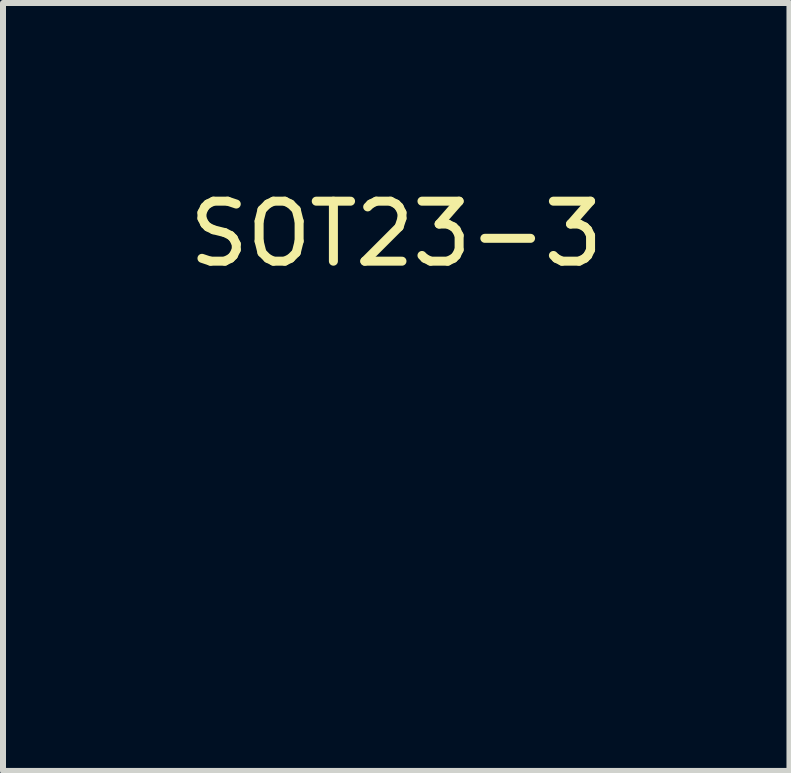
<source format=kicad_pcb>
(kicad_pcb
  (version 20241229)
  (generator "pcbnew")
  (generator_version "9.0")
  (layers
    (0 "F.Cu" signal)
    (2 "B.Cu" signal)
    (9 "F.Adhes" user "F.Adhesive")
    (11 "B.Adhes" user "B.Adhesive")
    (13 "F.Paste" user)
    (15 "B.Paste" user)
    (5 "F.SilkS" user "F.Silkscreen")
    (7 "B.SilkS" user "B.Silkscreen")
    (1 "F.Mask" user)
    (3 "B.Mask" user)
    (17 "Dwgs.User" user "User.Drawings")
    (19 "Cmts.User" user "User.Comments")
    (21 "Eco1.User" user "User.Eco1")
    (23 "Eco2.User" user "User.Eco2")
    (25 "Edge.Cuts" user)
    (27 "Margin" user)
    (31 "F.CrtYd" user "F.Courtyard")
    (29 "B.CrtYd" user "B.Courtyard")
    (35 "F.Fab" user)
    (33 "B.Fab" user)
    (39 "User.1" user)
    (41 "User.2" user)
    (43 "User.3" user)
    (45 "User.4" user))
  (footprint "SOT23-3"
    (layer "F.Cu")
    (at 3.554 4.598)
    (property "Reference" "SOT23-3" (at 0 -3.75 0) (layer "F.SilkS") (effects (font (size 1 1) (thickness 0.15))))
    (attr through_hole)
    (pad "" smd rect (at -1 2.2) (size 0.8 0.9) (drill (offset 0 -0.45)) (layers "F.Paste"))
    (pad "" smd rect (at 0 0) (size 0.8 0.9) (drill (offset 0 -0.45)) (layers "F.Paste"))
    (pad "" smd rect (at 1 2.2) (size 0.8 0.9) (drill (offset 0 -0.45)) (layers "F.Paste")))
  (gr_rect
    (start -3 -3)
    (end 10.107 9.798)
    (stroke (width 0.1) (type default))
    (fill no)
    (layer "Edge.Cuts")))
</source>
